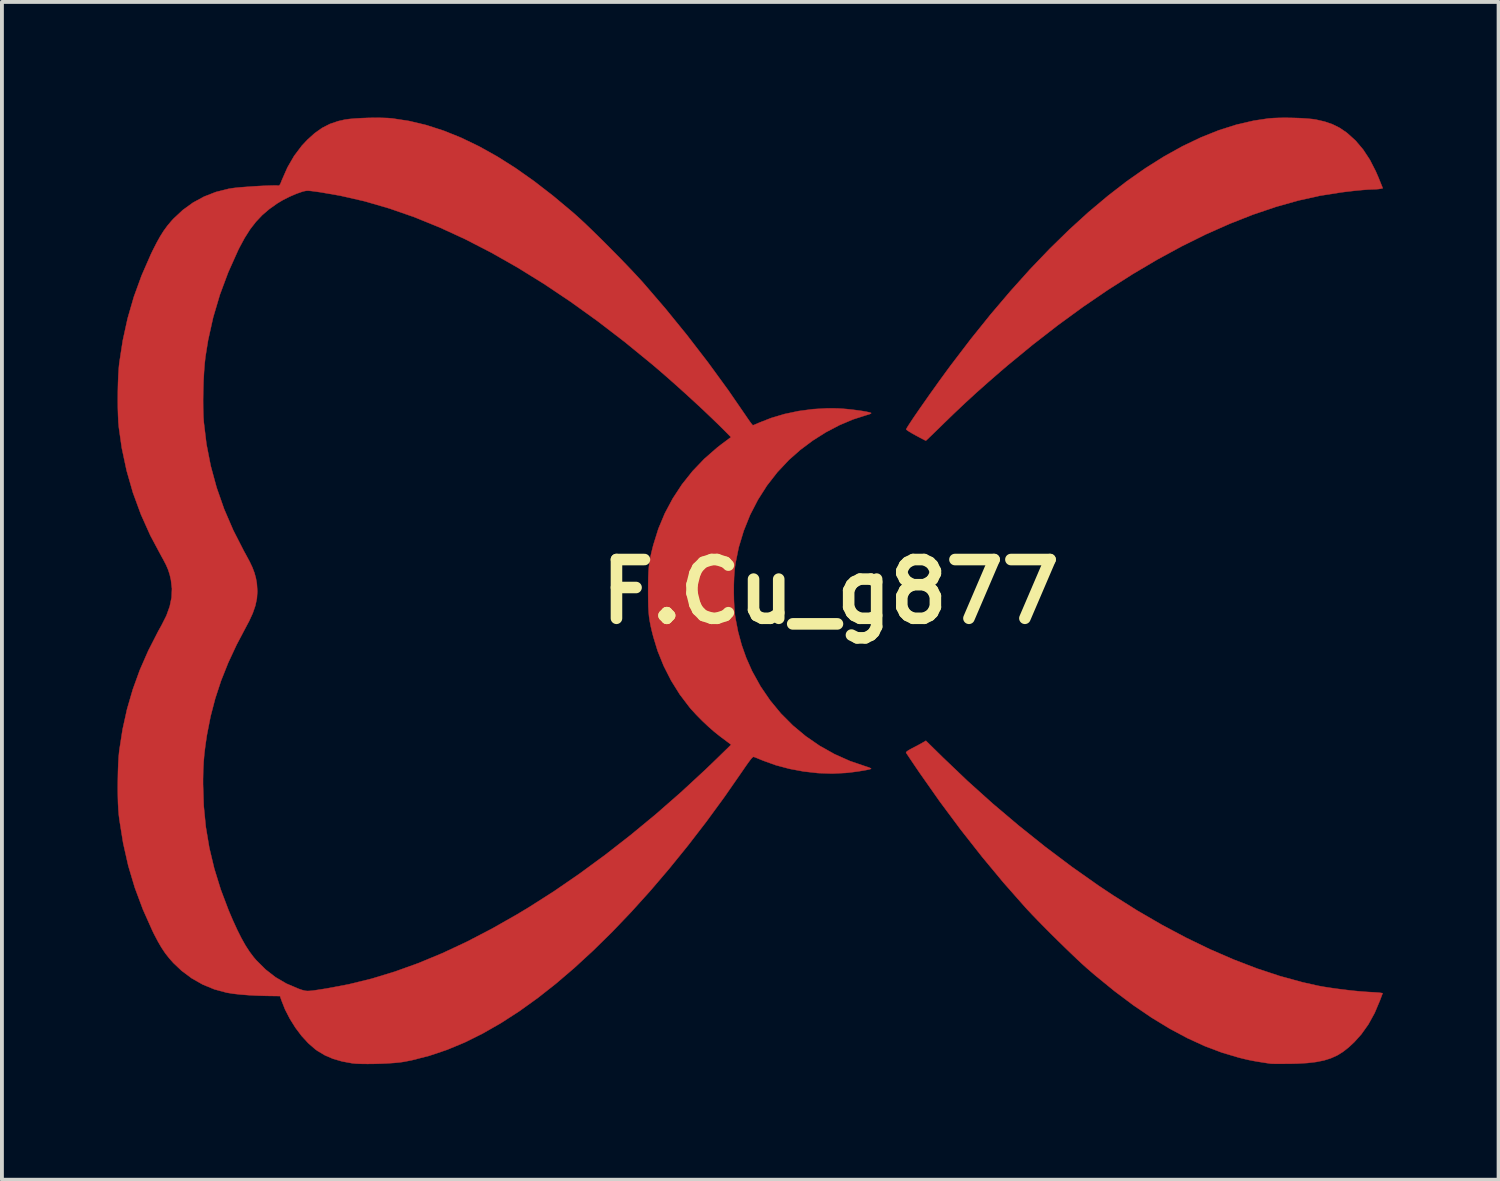
<source format=kicad_pcb>
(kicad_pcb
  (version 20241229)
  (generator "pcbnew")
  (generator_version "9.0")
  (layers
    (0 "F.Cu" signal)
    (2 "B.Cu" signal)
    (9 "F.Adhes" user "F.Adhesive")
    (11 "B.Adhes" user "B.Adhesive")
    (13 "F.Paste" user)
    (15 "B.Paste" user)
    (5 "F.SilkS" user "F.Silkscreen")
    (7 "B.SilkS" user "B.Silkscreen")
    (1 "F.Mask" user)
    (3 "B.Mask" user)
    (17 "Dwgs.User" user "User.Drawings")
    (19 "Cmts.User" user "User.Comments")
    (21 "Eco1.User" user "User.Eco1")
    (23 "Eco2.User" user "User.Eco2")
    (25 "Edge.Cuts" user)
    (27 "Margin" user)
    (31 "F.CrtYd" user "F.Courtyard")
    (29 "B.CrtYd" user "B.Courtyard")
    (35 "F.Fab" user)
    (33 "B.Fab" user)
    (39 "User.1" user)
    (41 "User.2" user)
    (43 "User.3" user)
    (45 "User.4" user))
  (footprint "F.Cu_g877"
    (layer "F.Cu")
    (at 18.494 12.3)
    (property "Reference" "F.Cu_g877" (at 0 0 0) (layer "F.SilkS") (effects (font (size 1.524 1.524) (thickness 0.3))))
    (attr through_hole)
    (fp_poly (pts (xy 12.013 -12.291) (xy 12.193 -12.285) (xy 12.359 -12.274) (xy 12.502 -12.261) (xy 12.596 -12.247) (xy 12.825 -12.194) (xy 13.024 -12.125) (xy 13.204 -12.036) (xy 13.376 -11.92) (xy 13.41 -11.894) (xy 13.624 -11.7) (xy 13.818 -11.471) (xy 13.992 -11.207) (xy 14.146 -10.906) (xy 14.217 -10.742) (xy 14.328 -10.467) (xy 14.271 -10.454) (xy 14.22 -10.446) (xy 14.144 -10.44) (xy 14.065 -10.437) (xy 13.941 -10.432) (xy 13.787 -10.42) (xy 13.6 -10.402) (xy 13.377 -10.376) (xy 13.25 -10.36) (xy 12.699 -10.273) (xy 12.132 -10.147) (xy 11.551 -9.983) (xy 10.958 -9.782) (xy 10.353 -9.544) (xy 9.738 -9.271) (xy 9.114 -8.962) (xy 8.482 -8.619) (xy 7.844 -8.242) (xy 7.2 -7.832) (xy 6.552 -7.39) (xy 5.901 -6.915) (xy 5.249 -6.409) (xy 4.596 -5.872) (xy 4.418 -5.72) (xy 4.089 -5.434) (xy 3.783 -5.162) (xy 3.491 -4.894) (xy 3.201 -4.62) (xy 2.939 -4.366) (xy 2.825 -4.254) (xy 2.72 -4.152) (xy 2.629 -4.064) (xy 2.556 -3.994) (xy 2.504 -3.944) (xy 2.477 -3.92) (xy 2.473 -3.918) (xy 2.453 -3.928) (xy 2.402 -3.954) (xy 2.328 -3.993) (xy 2.238 -4.041) (xy 2.212 -4.055) (xy 2.12 -4.106) (xy 2.043 -4.152) (xy 1.989 -4.188) (xy 1.965 -4.21) (xy 1.964 -4.214) (xy 1.98 -4.245) (xy 2.018 -4.307) (xy 2.076 -4.396) (xy 2.15 -4.508) (xy 2.24 -4.639) (xy 2.341 -4.785) (xy 2.451 -4.942) (xy 2.567 -5.108) (xy 2.688 -5.277) (xy 2.809 -5.447) (xy 2.93 -5.613) (xy 3.046 -5.772) (xy 3.126 -5.88) (xy 3.641 -6.555) (xy 4.155 -7.194) (xy 4.668 -7.797) (xy 5.178 -8.365) (xy 5.687 -8.896) (xy 6.192 -9.39) (xy 6.694 -9.847) (xy 7.193 -10.266) (xy 7.687 -10.648) (xy 8.176 -10.991) (xy 8.66 -11.295) (xy 9.138 -11.56) (xy 9.61 -11.785) (xy 10.075 -11.971) (xy 10.532 -12.116) (xy 10.982 -12.22) (xy 11.363 -12.277) (xy 11.495 -12.287) (xy 11.654 -12.293) (xy 11.83 -12.294) (xy 12.013 -12.291)) (stroke (width 0.01) (type solid)) (fill yes) (layer "F.Cu"))
    (fp_poly (pts (xy 2.926 4.309) (xy 3.555 4.909) (xy 4.21 5.498) (xy 4.884 6.068) (xy 5.57 6.617) (xy 6.262 7.137) (xy 6.954 7.625) (xy 7.334 7.878) (xy 7.966 8.276) (xy 8.597 8.642) (xy 9.225 8.976) (xy 9.847 9.277) (xy 10.462 9.544) (xy 11.067 9.776) (xy 11.661 9.972) (xy 12.241 10.131) (xy 12.651 10.223) (xy 12.794 10.249) (xy 12.967 10.276) (xy 13.159 10.303) (xy 13.358 10.328) (xy 13.553 10.351) (xy 13.734 10.368) (xy 13.888 10.38) (xy 13.936 10.383) (xy 14.043 10.389) (xy 14.14 10.395) (xy 14.216 10.4) (xy 14.259 10.405) (xy 14.325 10.415) (xy 14.254 10.605) (xy 14.116 10.931) (xy 13.955 11.223) (xy 13.77 11.483) (xy 13.589 11.684) (xy 13.441 11.822) (xy 13.294 11.937) (xy 13.143 12.03) (xy 12.98 12.103) (xy 12.802 12.159) (xy 12.602 12.199) (xy 12.374 12.226) (xy 12.114 12.241) (xy 11.959 12.245) (xy 11.818 12.246) (xy 11.687 12.247) (xy 11.574 12.247) (xy 11.487 12.246) (xy 11.432 12.244) (xy 11.419 12.243) (xy 11.236 12.215) (xy 11.085 12.191) (xy 10.955 12.168) (xy 10.835 12.144) (xy 10.716 12.116) (xy 10.594 12.086) (xy 10.156 11.956) (xy 9.711 11.788) (xy 9.26 11.581) (xy 8.8 11.335) (xy 8.332 11.05) (xy 7.855 10.726) (xy 7.368 10.361) (xy 6.871 9.956) (xy 6.654 9.769) (xy 6.538 9.665) (xy 6.399 9.536) (xy 6.242 9.386) (xy 6.072 9.222) (xy 5.895 9.049) (xy 5.717 8.873) (xy 5.543 8.698) (xy 5.378 8.53) (xy 5.229 8.375) (xy 5.1 8.238) (xy 5.055 8.189) (xy 4.493 7.552) (xy 3.933 6.878) (xy 3.379 6.173) (xy 2.835 5.442) (xy 2.306 4.689) (xy 2.219 4.561) (xy 2.145 4.451) (xy 2.078 4.352) (xy 2.023 4.27) (xy 1.983 4.21) (xy 1.962 4.178) (xy 1.96 4.176) (xy 1.971 4.153) (xy 2.02 4.116) (xy 2.11 4.066) (xy 2.132 4.055) (xy 2.222 4.008) (xy 2.308 3.962) (xy 2.375 3.925) (xy 2.396 3.913) (xy 2.475 3.866) (xy 2.926 4.309)) (stroke (width 0.01) (type solid)) (fill yes) (layer "F.Cu"))
    (fp_poly (pts (xy -11.641 -12.293) (xy -11.487 -12.288) (xy -11.365 -12.278) (xy -10.926 -12.21) (xy -10.482 -12.104) (xy -10.033 -11.959) (xy -9.579 -11.776) (xy -9.118 -11.554) (xy -8.65 -11.293) (xy -8.175 -10.993) (xy -7.691 -10.652) (xy -7.198 -10.271) (xy -6.695 -9.85) (xy -6.604 -9.77) (xy -6.482 -9.66) (xy -6.336 -9.523) (xy -6.172 -9.365) (xy -5.995 -9.192) (xy -5.811 -9.009) (xy -5.624 -8.82) (xy -5.439 -8.632) (xy -5.263 -8.449) (xy -5.099 -8.276) (xy -4.954 -8.12) (xy -4.856 -8.012) (xy -4.287 -7.351) (xy -3.724 -6.659) (xy -3.175 -5.946) (xy -2.649 -5.224) (xy -2.204 -4.577) (xy -2.142 -4.486) (xy -2.088 -4.409) (xy -2.045 -4.352) (xy -2.018 -4.321) (xy -2.013 -4.318) (xy -1.986 -4.326) (xy -1.933 -4.348) (xy -1.863 -4.378) (xy -1.858 -4.381) (xy -1.539 -4.506) (xy -1.193 -4.609) (xy -0.829 -4.686) (xy -0.455 -4.736) (xy -0.082 -4.758) (xy 0.169 -4.756) (xy 0.291 -4.749) (xy 0.425 -4.738) (xy 0.564 -4.723) (xy 0.699 -4.706) (xy 0.824 -4.688) (xy 0.93 -4.67) (xy 1.01 -4.652) (xy 1.055 -4.637) (xy 1.052 -4.624) (xy 1.011 -4.605) (xy 0.938 -4.583) (xy 0.938 -4.583) (xy 0.585 -4.47) (xy 0.23 -4.32) (xy -0.12 -4.136) (xy -0.459 -3.922) (xy -0.78 -3.682) (xy -1.076 -3.421) (xy -1.077 -3.42) (xy -1.378 -3.1) (xy -1.648 -2.753) (xy -1.884 -2.382) (xy -2.086 -1.99) (xy -2.251 -1.579) (xy -2.38 -1.152) (xy -2.469 -0.713) (xy -2.487 -0.563) (xy -2.5 -0.383) (xy -2.507 -0.185) (xy -2.508 0.022) (xy -2.504 0.226) (xy -2.495 0.417) (xy -2.481 0.583) (xy -2.469 0.667) (xy -2.397 1.038) (xy -2.304 1.382) (xy -2.187 1.713) (xy -2.042 2.041) (xy -2.027 2.072) (xy -1.813 2.458) (xy -1.565 2.821) (xy -1.286 3.159) (xy -0.977 3.469) (xy -0.641 3.749) (xy -0.28 3.998) (xy 0.103 4.213) (xy 0.506 4.393) (xy 0.916 4.533) (xy 0.988 4.556) (xy 1.037 4.577) (xy 1.055 4.592) (xy 1.053 4.595) (xy 1.013 4.608) (xy 0.938 4.624) (xy 0.838 4.642) (xy 0.72 4.661) (xy 0.593 4.678) (xy 0.465 4.694) (xy 0.392 4.701) (xy 0.043 4.718) (xy -0.323 4.705) (xy -0.695 4.663) (xy -1.064 4.594) (xy -1.418 4.5) (xy -1.746 4.382) (xy -1.836 4.345) (xy -1.914 4.313) (xy -1.971 4.291) (xy -1.992 4.283) (xy -2.011 4.289) (xy -2.041 4.316) (xy -2.084 4.368) (xy -2.143 4.448) (xy -2.221 4.559) (xy -2.29 4.66) (xy -2.751 5.324) (xy -3.222 5.968) (xy -3.702 6.591) (xy -4.189 7.191) (xy -4.679 7.765) (xy -5.172 8.311) (xy -5.665 8.827) (xy -6.157 9.31) (xy -6.645 9.759) (xy -7.127 10.171) (xy -7.588 10.534) (xy -8.075 10.884) (xy -8.554 11.193) (xy -9.025 11.462) (xy -9.49 11.693) (xy -9.95 11.884) (xy -10.408 12.038) (xy -10.864 12.155) (xy -11.07 12.195) (xy -11.18 12.211) (xy -11.32 12.224) (xy -11.483 12.235) (xy -11.657 12.243) (xy -11.836 12.248) (xy -12.008 12.25) (xy -12.166 12.248) (xy -12.3 12.243) (xy -12.401 12.234) (xy -12.668 12.185) (xy -12.904 12.117) (xy -13.114 12.027) (xy -13.307 11.912) (xy -13.371 11.866) (xy -13.547 11.712) (xy -13.719 11.525) (xy -13.88 11.311) (xy -14.025 11.079) (xy -14.149 10.837) (xy -14.243 10.6) (xy -14.28 10.49) (xy -14.628 10.485) (xy -14.867 10.478) (xy -15.097 10.466) (xy -15.31 10.449) (xy -15.497 10.428) (xy -15.652 10.403) (xy -15.663 10.401) (xy -15.982 10.315) (xy -16.286 10.19) (xy -16.571 10.028) (xy -16.834 9.832) (xy -17.046 9.631) (xy -17.157 9.506) (xy -17.258 9.377) (xy -17.352 9.237) (xy -17.445 9.077) (xy -17.544 8.889) (xy -17.59 8.795) (xy -17.838 8.239) (xy -18.047 7.678) (xy -18.217 7.108) (xy -18.349 6.522) (xy -18.446 5.918) (xy -18.462 5.789) (xy -18.473 5.654) (xy -18.482 5.486) (xy -18.487 5.293) (xy -18.489 5.086) (xy -18.488 4.995) (xy -16.277 4.995) (xy -16.259 5.554) (xy -16.205 6.102) (xy -16.114 6.644) (xy -15.985 7.184) (xy -15.818 7.725) (xy -15.611 8.272) (xy -15.505 8.52) (xy -15.39 8.772) (xy -15.281 8.989) (xy -15.176 9.176) (xy -15.071 9.338) (xy -14.963 9.482) (xy -14.892 9.564) (xy -14.654 9.801) (xy -14.397 10.001) (xy -14.117 10.165) (xy -13.813 10.295) (xy -13.769 10.311) (xy -13.71 10.331) (xy -13.66 10.345) (xy -13.613 10.354) (xy -13.563 10.358) (xy -13.501 10.355) (xy -13.422 10.347) (xy -13.319 10.332) (xy -13.185 10.311) (xy -13.087 10.296) (xy -12.497 10.185) (xy -11.902 10.039) (xy -11.299 9.855) (xy -10.687 9.635) (xy -10.066 9.377) (xy -9.434 9.081) (xy -8.79 8.746) (xy -8.133 8.373) (xy -7.821 8.185) (xy -7.17 7.77) (xy -6.512 7.317) (xy -5.849 6.831) (xy -5.186 6.314) (xy -4.528 5.771) (xy -3.879 5.203) (xy -3.243 4.615) (xy -2.955 4.338) (xy -2.577 3.969) (xy -2.638 3.922) (xy -2.681 3.89) (xy -2.747 3.84) (xy -2.827 3.781) (xy -2.878 3.742) (xy -3.016 3.632) (xy -3.169 3.498) (xy -3.327 3.349) (xy -3.479 3.195) (xy -3.616 3.046) (xy -3.659 2.995) (xy -3.91 2.664) (xy -4.134 2.305) (xy -4.327 1.925) (xy -4.485 1.533) (xy -4.594 1.176) (xy -4.634 1.02) (xy -4.665 0.885) (xy -4.688 0.764) (xy -4.706 0.647) (xy -4.717 0.526) (xy -4.725 0.391) (xy -4.728 0.235) (xy -4.73 0.048) (xy -4.73 -0.021) (xy -4.729 -0.22) (xy -4.726 -0.385) (xy -4.72 -0.526) (xy -4.71 -0.651) (xy -4.695 -0.768) (xy -4.673 -0.887) (xy -4.645 -1.016) (xy -4.608 -1.165) (xy -4.594 -1.218) (xy -4.465 -1.632) (xy -4.297 -2.033) (xy -4.092 -2.418) (xy -3.852 -2.784) (xy -3.578 -3.128) (xy -3.273 -3.447) (xy -2.939 -3.739) (xy -2.82 -3.831) (xy -2.581 -4.009) (xy -2.735 -4.166) (xy -2.902 -4.332) (xy -3.095 -4.518) (xy -3.308 -4.721) (xy -3.537 -4.933) (xy -3.773 -5.149) (xy -4.011 -5.363) (xy -4.246 -5.571) (xy -4.47 -5.765) (xy -4.625 -5.897) (xy -5.336 -6.478) (xy -6.042 -7.02) (xy -6.742 -7.523) (xy -7.436 -7.988) (xy -8.123 -8.413) (xy -8.803 -8.799) (xy -9.475 -9.145) (xy -10.14 -9.451) (xy -10.796 -9.718) (xy -11.444 -9.943) (xy -12.083 -10.129) (xy -12.712 -10.273) (xy -13.229 -10.363) (xy -13.359 -10.381) (xy -13.456 -10.394) (xy -13.527 -10.401) (xy -13.58 -10.402) (xy -13.623 -10.397) (xy -13.665 -10.388) (xy -13.693 -10.381) (xy -13.856 -10.324) (xy -14.035 -10.247) (xy -14.21 -10.158) (xy -14.352 -10.073) (xy -14.557 -9.927) (xy -14.74 -9.771) (xy -14.903 -9.598) (xy -15.054 -9.404) (xy -15.196 -9.18) (xy -15.335 -8.923) (xy -15.367 -8.858) (xy -15.624 -8.285) (xy -15.84 -7.705) (xy -16.014 -7.117) (xy -16.146 -6.524) (xy -16.215 -6.094) (xy -16.235 -5.912) (xy -16.251 -5.699) (xy -16.264 -5.465) (xy -16.271 -5.222) (xy -16.275 -4.979) (xy -16.273 -4.748) (xy -16.267 -4.54) (xy -16.257 -4.398) (xy -16.188 -3.827) (xy -16.077 -3.261) (xy -15.924 -2.7) (xy -15.73 -2.145) (xy -15.493 -1.595) (xy -15.214 -1.049) (xy -15.166 -0.963) (xy -15.07 -0.785) (xy -14.997 -0.631) (xy -14.944 -0.491) (xy -14.907 -0.356) (xy -14.882 -0.217) (xy -14.88 -0.198) (xy -14.868 -0.01) (xy -14.88 0.174) (xy -14.919 0.359) (xy -14.986 0.554) (xy -15.082 0.764) (xy -15.155 0.9) (xy -15.408 1.38) (xy -15.626 1.848) (xy -15.809 2.308) (xy -15.96 2.768) (xy -16.081 3.231) (xy -16.174 3.705) (xy -16.181 3.747) (xy -16.216 3.985) (xy -16.243 4.203) (xy -16.261 4.413) (xy -16.272 4.631) (xy -16.277 4.871) (xy -16.277 4.995) (xy -18.488 4.995) (xy -18.487 4.873) (xy -18.483 4.663) (xy -18.476 4.465) (xy -18.466 4.289) (xy -18.452 4.143) (xy -18.449 4.117) (xy -18.364 3.571) (xy -18.248 3.045) (xy -18.099 2.534) (xy -17.917 2.031) (xy -17.698 1.531) (xy -17.441 1.028) (xy -17.353 0.87) (xy -17.227 0.62) (xy -17.141 0.381) (xy -17.093 0.149) (xy -17.083 -0.079) (xy -17.11 -0.308) (xy -17.112 -0.317) (xy -17.143 -0.45) (xy -17.183 -0.573) (xy -17.237 -0.698) (xy -17.31 -0.838) (xy -17.357 -0.922) (xy -17.643 -1.457) (xy -17.889 -2.006) (xy -18.095 -2.568) (xy -18.26 -3.143) (xy -18.385 -3.73) (xy -18.46 -4.255) (xy -18.473 -4.397) (xy -18.481 -4.572) (xy -18.487 -4.771) (xy -18.488 -4.983) (xy -18.487 -5.201) (xy -18.482 -5.414) (xy -18.474 -5.614) (xy -18.463 -5.791) (xy -18.45 -5.927) (xy -18.359 -6.517) (xy -18.234 -7.089) (xy -18.072 -7.649) (xy -17.871 -8.202) (xy -17.63 -8.753) (xy -17.59 -8.837) (xy -17.487 -9.04) (xy -17.392 -9.212) (xy -17.299 -9.36) (xy -17.202 -9.493) (xy -17.096 -9.619) (xy -17.046 -9.674) (xy -16.803 -9.901) (xy -16.538 -10.093) (xy -16.251 -10.249) (xy -15.944 -10.369) (xy -15.617 -10.451) (xy -15.515 -10.468) (xy -15.435 -10.478) (xy -15.326 -10.489) (xy -15.198 -10.499) (xy -15.056 -10.509) (xy -14.91 -10.519) (xy -14.765 -10.527) (xy -14.631 -10.533) (xy -14.513 -10.537) (xy -14.421 -10.539) (xy -14.361 -10.538) (xy -14.35 -10.536) (xy -14.318 -10.534) (xy -14.295 -10.544) (xy -14.274 -10.573) (xy -14.25 -10.63) (xy -14.232 -10.677) (xy -14.087 -11.006) (xy -13.914 -11.305) (xy -13.712 -11.573) (xy -13.568 -11.726) (xy -13.378 -11.897) (xy -13.188 -12.031) (xy -12.989 -12.133) (xy -12.772 -12.207) (xy -12.602 -12.246) (xy -12.488 -12.262) (xy -12.342 -12.275) (xy -12.174 -12.285) (xy -11.994 -12.292) (xy -11.813 -12.295) (xy -11.641 -12.293)) (stroke (width 0.01) (type solid)) (fill yes) (layer "F.Cu")))
  (gr_rect
    (start -3 -3)
    (end 35.826 27.555)
    (stroke (width 0.1) (type default))
    (fill no)
    (layer "Edge.Cuts")))
</source>
